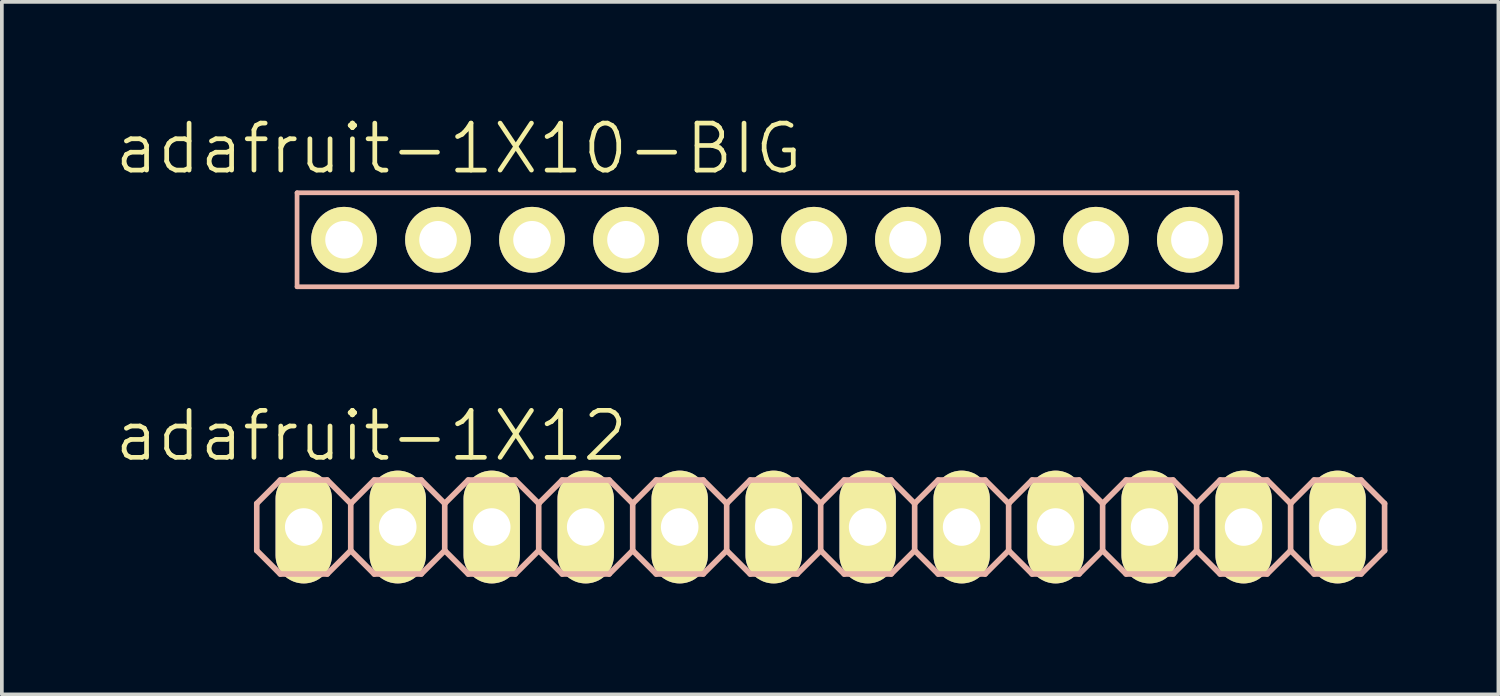
<source format=kicad_pcb>
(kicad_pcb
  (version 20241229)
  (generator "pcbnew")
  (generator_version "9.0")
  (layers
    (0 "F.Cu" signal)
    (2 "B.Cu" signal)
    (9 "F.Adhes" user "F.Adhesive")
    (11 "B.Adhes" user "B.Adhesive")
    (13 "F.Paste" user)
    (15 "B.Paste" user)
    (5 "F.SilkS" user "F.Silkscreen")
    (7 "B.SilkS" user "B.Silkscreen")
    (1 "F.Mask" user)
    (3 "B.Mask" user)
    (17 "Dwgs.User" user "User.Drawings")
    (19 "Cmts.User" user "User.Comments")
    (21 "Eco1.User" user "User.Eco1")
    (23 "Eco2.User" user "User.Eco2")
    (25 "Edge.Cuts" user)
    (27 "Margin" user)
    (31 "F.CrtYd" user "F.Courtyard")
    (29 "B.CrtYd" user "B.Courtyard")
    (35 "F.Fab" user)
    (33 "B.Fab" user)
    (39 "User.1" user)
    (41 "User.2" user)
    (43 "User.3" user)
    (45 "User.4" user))
  (footprint "adafruit-1X10-BIG"
    (layer "F.Cu")
    (at 17.678 3.43)
    (property "Reference" "adafruit-1X10-BIG" (at -8.331 -2.464 0) (layer "F.SilkS") (effects (font (size 1.27 1.27) (thickness 0.127))))
    (attr exclude_from_pos_files exclude_from_bom)
    (fp_line (start -11.684 -0.254) (end -11.176 -0.254) (stroke (width 0.066) (type solid)) (layer "F.SilkS"))
    (fp_line (start -11.684 0.254) (end -11.684 -0.254) (stroke (width 0.066) (type solid)) (layer "F.SilkS"))
    (fp_line (start -11.684 0.254) (end -11.176 0.254) (stroke (width 0.066) (type solid)) (layer "F.SilkS"))
    (fp_line (start -11.176 0.254) (end -11.176 -0.254) (stroke (width 0.066) (type solid)) (layer "F.SilkS"))
    (fp_line (start -9.144 -0.254) (end -8.636 -0.254) (stroke (width 0.066) (type solid)) (layer "F.SilkS"))
    (fp_line (start -9.144 0.254) (end -9.144 -0.254) (stroke (width 0.066) (type solid)) (layer "F.SilkS"))
    (fp_line (start -9.144 0.254) (end -8.636 0.254) (stroke (width 0.066) (type solid)) (layer "F.SilkS"))
    (fp_line (start -8.636 0.254) (end -8.636 -0.254) (stroke (width 0.066) (type solid)) (layer "F.SilkS"))
    (fp_line (start -6.604 -0.254) (end -6.096 -0.254) (stroke (width 0.066) (type solid)) (layer "F.SilkS"))
    (fp_line (start -6.604 0.254) (end -6.604 -0.254) (stroke (width 0.066) (type solid)) (layer "F.SilkS"))
    (fp_line (start -6.604 0.254) (end -6.096 0.254) (stroke (width 0.066) (type solid)) (layer "F.SilkS"))
    (fp_line (start -6.096 0.254) (end -6.096 -0.254) (stroke (width 0.066) (type solid)) (layer "F.SilkS"))
    (fp_line (start -4.064 -0.254) (end -3.556 -0.254) (stroke (width 0.066) (type solid)) (layer "F.SilkS"))
    (fp_line (start -4.064 0.254) (end -4.064 -0.254) (stroke (width 0.066) (type solid)) (layer "F.SilkS"))
    (fp_line (start -4.064 0.254) (end -3.556 0.254) (stroke (width 0.066) (type solid)) (layer "F.SilkS"))
    (fp_line (start -3.556 0.254) (end -3.556 -0.254) (stroke (width 0.066) (type solid)) (layer "F.SilkS"))
    (fp_line (start -1.524 -0.254) (end -1.016 -0.254) (stroke (width 0.066) (type solid)) (layer "F.SilkS"))
    (fp_line (start -1.524 0.254) (end -1.524 -0.254) (stroke (width 0.066) (type solid)) (layer "F.SilkS"))
    (fp_line (start -1.524 0.254) (end -1.016 0.254) (stroke (width 0.066) (type solid)) (layer "F.SilkS"))
    (fp_line (start -1.016 0.254) (end -1.016 -0.254) (stroke (width 0.066) (type solid)) (layer "F.SilkS"))
    (fp_line (start 1.016 -0.254) (end 1.524 -0.254) (stroke (width 0.066) (type solid)) (layer "F.SilkS"))
    (fp_line (start 1.016 0.254) (end 1.016 -0.254) (stroke (width 0.066) (type solid)) (layer "F.SilkS"))
    (fp_line (start 1.016 0.254) (end 1.524 0.254) (stroke (width 0.066) (type solid)) (layer "F.SilkS"))
    (fp_line (start 1.524 0.254) (end 1.524 -0.254) (stroke (width 0.066) (type solid)) (layer "F.SilkS"))
    (fp_line (start 3.556 -0.254) (end 4.064 -0.254) (stroke (width 0.066) (type solid)) (layer "F.SilkS"))
    (fp_line (start 3.556 0.254) (end 3.556 -0.254) (stroke (width 0.066) (type solid)) (layer "F.SilkS"))
    (fp_line (start 3.556 0.254) (end 4.064 0.254) (stroke (width 0.066) (type solid)) (layer "F.SilkS"))
    (fp_line (start 4.064 0.254) (end 4.064 -0.254) (stroke (width 0.066) (type solid)) (layer "F.SilkS"))
    (fp_line (start 6.096 -0.254) (end 6.604 -0.254) (stroke (width 0.066) (type solid)) (layer "F.SilkS"))
    (fp_line (start 6.096 0.254) (end 6.096 -0.254) (stroke (width 0.066) (type solid)) (layer "F.SilkS"))
    (fp_line (start 6.096 0.254) (end 6.604 0.254) (stroke (width 0.066) (type solid)) (layer "F.SilkS"))
    (fp_line (start 6.604 0.254) (end 6.604 -0.254) (stroke (width 0.066) (type solid)) (layer "F.SilkS"))
    (fp_line (start 8.636 -0.254) (end 9.144 -0.254) (stroke (width 0.066) (type solid)) (layer "F.SilkS"))
    (fp_line (start 8.636 0.254) (end 8.636 -0.254) (stroke (width 0.066) (type solid)) (layer "F.SilkS"))
    (fp_line (start 8.636 0.254) (end 9.144 0.254) (stroke (width 0.066) (type solid)) (layer "F.SilkS"))
    (fp_line (start 9.144 0.254) (end 9.144 -0.254) (stroke (width 0.066) (type solid)) (layer "F.SilkS"))
    (fp_line (start 11.176 -0.254) (end 11.684 -0.254) (stroke (width 0.066) (type solid)) (layer "F.SilkS"))
    (fp_line (start 11.176 0.254) (end 11.176 -0.254) (stroke (width 0.066) (type solid)) (layer "F.SilkS"))
    (fp_line (start 11.176 0.254) (end 11.684 0.254) (stroke (width 0.066) (type solid)) (layer "F.SilkS"))
    (fp_line (start 11.684 0.254) (end 11.684 -0.254) (stroke (width 0.066) (type solid)) (layer "F.SilkS"))
    (fp_line (start -12.7 -1.27) (end 12.7 -1.27) (stroke (width 0.127) (type solid)) (layer "B.SilkS"))
    (fp_line (start -12.7 1.27) (end -12.7 -1.27) (stroke (width 0.127) (type solid)) (layer "B.SilkS"))
    (fp_line (start 12.7 -1.27) (end 12.7 1.27) (stroke (width 0.127) (type solid)) (layer "B.SilkS"))
    (fp_line (start 12.7 1.27) (end -12.7 1.27) (stroke (width 0.127) (type solid)) (layer "B.SilkS"))
    (pad "1" thru_hole circle (at -11.43 0) (size 1.778 1.778) (drill 1.016) (layers "*.Cu" "F.Mask" "F.SilkS" "F.Paste"))
    (pad "2" thru_hole circle (at -8.89 0) (size 1.778 1.778) (drill 1.016) (layers "*.Cu" "F.Mask" "F.SilkS" "F.Paste"))
    (pad "3" thru_hole circle (at -6.35 0) (size 1.778 1.778) (drill 1.016) (layers "*.Cu" "F.Mask" "F.SilkS" "F.Paste"))
    (pad "4" thru_hole circle (at -3.81 0) (size 1.778 1.778) (drill 1.016) (layers "*.Cu" "F.Mask" "F.SilkS" "F.Paste"))
    (pad "5" thru_hole circle (at -1.27 0) (size 1.778 1.778) (drill 1.016) (layers "*.Cu" "F.Mask" "F.SilkS" "F.Paste"))
    (pad "6" thru_hole circle (at 1.27 0) (size 1.778 1.778) (drill 1.016) (layers "*.Cu" "F.Mask" "F.SilkS" "F.Paste"))
    (pad "7" thru_hole circle (at 3.81 0) (size 1.778 1.778) (drill 1.016) (layers "*.Cu" "F.Mask" "F.SilkS" "F.Paste"))
    (pad "8" thru_hole circle (at 6.35 0) (size 1.778 1.778) (drill 1.016) (layers "*.Cu" "F.Mask" "F.SilkS" "F.Paste"))
    (pad "9" thru_hole circle (at 8.89 0) (size 1.778 1.778) (drill 1.016) (layers "*.Cu" "F.Mask" "F.SilkS" "F.Paste"))
    (pad "10" thru_hole circle (at 11.43 0) (size 1.778 1.778) (drill 1.016) (layers "*.Cu" "F.Mask" "F.SilkS" "F.Paste")))
  (footprint "adafruit-1X12"
    (layer "F.Cu")
    (at 19.129 11.193)
    (property "Reference" "adafruit-1X12" (at -12.141 -2.464 0) (layer "F.SilkS") (effects (font (size 1.27 1.27) (thickness 0.127))))
    (attr exclude_from_pos_files exclude_from_bom)
    (fp_line (start -14.224 -0.254) (end -13.716 -0.254) (stroke (width 0.066) (type solid)) (layer "F.SilkS"))
    (fp_line (start -14.224 0.254) (end -14.224 -0.254) (stroke (width 0.066) (type solid)) (layer "F.SilkS"))
    (fp_line (start -14.224 0.254) (end -13.716 0.254) (stroke (width 0.066) (type solid)) (layer "F.SilkS"))
    (fp_line (start -13.716 0.254) (end -13.716 -0.254) (stroke (width 0.066) (type solid)) (layer "F.SilkS"))
    (fp_line (start -11.684 -0.254) (end -11.176 -0.254) (stroke (width 0.066) (type solid)) (layer "F.SilkS"))
    (fp_line (start -11.684 0.254) (end -11.684 -0.254) (stroke (width 0.066) (type solid)) (layer "F.SilkS"))
    (fp_line (start -11.684 0.254) (end -11.176 0.254) (stroke (width 0.066) (type solid)) (layer "F.SilkS"))
    (fp_line (start -11.176 0.254) (end -11.176 -0.254) (stroke (width 0.066) (type solid)) (layer "F.SilkS"))
    (fp_line (start -9.144 -0.254) (end -8.636 -0.254) (stroke (width 0.066) (type solid)) (layer "F.SilkS"))
    (fp_line (start -9.144 0.254) (end -9.144 -0.254) (stroke (width 0.066) (type solid)) (layer "F.SilkS"))
    (fp_line (start -9.144 0.254) (end -8.636 0.254) (stroke (width 0.066) (type solid)) (layer "F.SilkS"))
    (fp_line (start -8.636 0.254) (end -8.636 -0.254) (stroke (width 0.066) (type solid)) (layer "F.SilkS"))
    (fp_line (start -6.604 -0.254) (end -6.096 -0.254) (stroke (width 0.066) (type solid)) (layer "F.SilkS"))
    (fp_line (start -6.604 0.254) (end -6.604 -0.254) (stroke (width 0.066) (type solid)) (layer "F.SilkS"))
    (fp_line (start -6.604 0.254) (end -6.096 0.254) (stroke (width 0.066) (type solid)) (layer "F.SilkS"))
    (fp_line (start -6.096 0.254) (end -6.096 -0.254) (stroke (width 0.066) (type solid)) (layer "F.SilkS"))
    (fp_line (start -4.064 -0.254) (end -3.556 -0.254) (stroke (width 0.066) (type solid)) (layer "F.SilkS"))
    (fp_line (start -4.064 0.254) (end -4.064 -0.254) (stroke (width 0.066) (type solid)) (layer "F.SilkS"))
    (fp_line (start -4.064 0.254) (end -3.556 0.254) (stroke (width 0.066) (type solid)) (layer "F.SilkS"))
    (fp_line (start -3.556 0.254) (end -3.556 -0.254) (stroke (width 0.066) (type solid)) (layer "F.SilkS"))
    (fp_line (start -1.524 -0.254) (end -1.016 -0.254) (stroke (width 0.066) (type solid)) (layer "F.SilkS"))
    (fp_line (start -1.524 0.254) (end -1.524 -0.254) (stroke (width 0.066) (type solid)) (layer "F.SilkS"))
    (fp_line (start -1.524 0.254) (end -1.016 0.254) (stroke (width 0.066) (type solid)) (layer "F.SilkS"))
    (fp_line (start -1.016 0.254) (end -1.016 -0.254) (stroke (width 0.066) (type solid)) (layer "F.SilkS"))
    (fp_line (start 1.016 -0.254) (end 1.524 -0.254) (stroke (width 0.066) (type solid)) (layer "F.SilkS"))
    (fp_line (start 1.016 0.254) (end 1.016 -0.254) (stroke (width 0.066) (type solid)) (layer "F.SilkS"))
    (fp_line (start 1.016 0.254) (end 1.524 0.254) (stroke (width 0.066) (type solid)) (layer "F.SilkS"))
    (fp_line (start 1.524 0.254) (end 1.524 -0.254) (stroke (width 0.066) (type solid)) (layer "F.SilkS"))
    (fp_line (start 3.556 -0.254) (end 4.064 -0.254) (stroke (width 0.066) (type solid)) (layer "F.SilkS"))
    (fp_line (start 3.556 0.254) (end 3.556 -0.254) (stroke (width 0.066) (type solid)) (layer "F.SilkS"))
    (fp_line (start 3.556 0.254) (end 4.064 0.254) (stroke (width 0.066) (type solid)) (layer "F.SilkS"))
    (fp_line (start 4.064 0.254) (end 4.064 -0.254) (stroke (width 0.066) (type solid)) (layer "F.SilkS"))
    (fp_line (start 6.096 -0.254) (end 6.604 -0.254) (stroke (width 0.066) (type solid)) (layer "F.SilkS"))
    (fp_line (start 6.096 0.254) (end 6.096 -0.254) (stroke (width 0.066) (type solid)) (layer "F.SilkS"))
    (fp_line (start 6.096 0.254) (end 6.604 0.254) (stroke (width 0.066) (type solid)) (layer "F.SilkS"))
    (fp_line (start 6.604 0.254) (end 6.604 -0.254) (stroke (width 0.066) (type solid)) (layer "F.SilkS"))
    (fp_line (start 8.636 -0.254) (end 9.144 -0.254) (stroke (width 0.066) (type solid)) (layer "F.SilkS"))
    (fp_line (start 8.636 0.254) (end 8.636 -0.254) (stroke (width 0.066) (type solid)) (layer "F.SilkS"))
    (fp_line (start 8.636 0.254) (end 9.144 0.254) (stroke (width 0.066) (type solid)) (layer "F.SilkS"))
    (fp_line (start 9.144 0.254) (end 9.144 -0.254) (stroke (width 0.066) (type solid)) (layer "F.SilkS"))
    (fp_line (start 11.176 -0.254) (end 11.684 -0.254) (stroke (width 0.066) (type solid)) (layer "F.SilkS"))
    (fp_line (start 11.176 0.254) (end 11.176 -0.254) (stroke (width 0.066) (type solid)) (layer "F.SilkS"))
    (fp_line (start 11.176 0.254) (end 11.684 0.254) (stroke (width 0.066) (type solid)) (layer "F.SilkS"))
    (fp_line (start 11.684 0.254) (end 11.684 -0.254) (stroke (width 0.066) (type solid)) (layer "F.SilkS"))
    (fp_line (start 13.716 -0.254) (end 14.224 -0.254) (stroke (width 0.066) (type solid)) (layer "F.SilkS"))
    (fp_line (start 13.716 0.254) (end 13.716 -0.254) (stroke (width 0.066) (type solid)) (layer "F.SilkS"))
    (fp_line (start 13.716 0.254) (end 14.224 0.254) (stroke (width 0.066) (type solid)) (layer "F.SilkS"))
    (fp_line (start 14.224 0.254) (end 14.224 -0.254) (stroke (width 0.066) (type solid)) (layer "F.SilkS"))
    (fp_line (start -15.24 -0.635) (end -15.24 0.635) (stroke (width 0.152) (type solid)) (layer "B.SilkS"))
    (fp_line (start -15.24 0.635) (end -14.605 1.27) (stroke (width 0.152) (type solid)) (layer "B.SilkS"))
    (fp_line (start -14.605 -1.27) (end -15.24 -0.635) (stroke (width 0.152) (type solid)) (layer "B.SilkS"))
    (fp_line (start -14.605 -1.27) (end -13.335 -1.27) (stroke (width 0.152) (type solid)) (layer "B.SilkS"))
    (fp_line (start -13.335 -1.27) (end -12.7 -0.635) (stroke (width 0.152) (type solid)) (layer "B.SilkS"))
    (fp_line (start -13.335 1.27) (end -14.605 1.27) (stroke (width 0.152) (type solid)) (layer "B.SilkS"))
    (fp_line (start -12.7 -0.635) (end -12.7 0.635) (stroke (width 0.152) (type solid)) (layer "B.SilkS"))
    (fp_line (start -12.7 -0.635) (end -12.065 -1.27) (stroke (width 0.152) (type solid)) (layer "B.SilkS"))
    (fp_line (start -12.7 0.635) (end -13.335 1.27) (stroke (width 0.152) (type solid)) (layer "B.SilkS"))
    (fp_line (start -12.065 -1.27) (end -10.795 -1.27) (stroke (width 0.152) (type solid)) (layer "B.SilkS"))
    (fp_line (start -12.065 1.27) (end -12.7 0.635) (stroke (width 0.152) (type solid)) (layer "B.SilkS"))
    (fp_line (start -10.795 -1.27) (end -10.16 -0.635) (stroke (width 0.152) (type solid)) (layer "B.SilkS"))
    (fp_line (start -10.795 1.27) (end -12.065 1.27) (stroke (width 0.152) (type solid)) (layer "B.SilkS"))
    (fp_line (start -10.16 -0.635) (end -10.16 0.635) (stroke (width 0.152) (type solid)) (layer "B.SilkS"))
    (fp_line (start -10.16 -0.635) (end -9.525 -1.27) (stroke (width 0.152) (type solid)) (layer "B.SilkS"))
    (fp_line (start -10.16 0.635) (end -10.795 1.27) (stroke (width 0.152) (type solid)) (layer "B.SilkS"))
    (fp_line (start -9.525 -1.27) (end -8.255 -1.27) (stroke (width 0.152) (type solid)) (layer "B.SilkS"))
    (fp_line (start -9.525 1.27) (end -10.16 0.635) (stroke (width 0.152) (type solid)) (layer "B.SilkS"))
    (fp_line (start -8.255 -1.27) (end -7.62 -0.635) (stroke (width 0.152) (type solid)) (layer "B.SilkS"))
    (fp_line (start -8.255 1.27) (end -9.525 1.27) (stroke (width 0.152) (type solid)) (layer "B.SilkS"))
    (fp_line (start -7.62 -0.635) (end -7.62 0.635) (stroke (width 0.152) (type solid)) (layer "B.SilkS"))
    (fp_line (start -7.62 0.635) (end -8.255 1.27) (stroke (width 0.152) (type solid)) (layer "B.SilkS"))
    (fp_line (start -7.62 0.635) (end -6.985 1.27) (stroke (width 0.152) (type solid)) (layer "B.SilkS"))
    (fp_line (start -6.985 -1.27) (end -7.62 -0.635) (stroke (width 0.152) (type solid)) (layer "B.SilkS"))
    (fp_line (start -6.985 -1.27) (end -5.715 -1.27) (stroke (width 0.152) (type solid)) (layer "B.SilkS"))
    (fp_line (start -5.715 -1.27) (end -5.08 -0.635) (stroke (width 0.152) (type solid)) (layer "B.SilkS"))
    (fp_line (start -5.715 1.27) (end -6.985 1.27) (stroke (width 0.152) (type solid)) (layer "B.SilkS"))
    (fp_line (start -5.08 -0.635) (end -5.08 0.635) (stroke (width 0.152) (type solid)) (layer "B.SilkS"))
    (fp_line (start -5.08 -0.635) (end -4.445 -1.27) (stroke (width 0.152) (type solid)) (layer "B.SilkS"))
    (fp_line (start -5.08 0.635) (end -5.715 1.27) (stroke (width 0.152) (type solid)) (layer "B.SilkS"))
    (fp_line (start -4.445 -1.27) (end -3.175 -1.27) (stroke (width 0.152) (type solid)) (layer "B.SilkS"))
    (fp_line (start -4.445 1.27) (end -5.08 0.635) (stroke (width 0.152) (type solid)) (layer "B.SilkS"))
    (fp_line (start -3.175 -1.27) (end -2.54 -0.635) (stroke (width 0.152) (type solid)) (layer "B.SilkS"))
    (fp_line (start -3.175 1.27) (end -4.445 1.27) (stroke (width 0.152) (type solid)) (layer "B.SilkS"))
    (fp_line (start -2.54 -0.635) (end -2.54 0.635) (stroke (width 0.152) (type solid)) (layer "B.SilkS"))
    (fp_line (start -2.54 -0.635) (end -1.905 -1.27) (stroke (width 0.152) (type solid)) (layer "B.SilkS"))
    (fp_line (start -2.54 0.635) (end -3.175 1.27) (stroke (width 0.152) (type solid)) (layer "B.SilkS"))
    (fp_line (start -1.905 -1.27) (end -0.635 -1.27) (stroke (width 0.152) (type solid)) (layer "B.SilkS"))
    (fp_line (start -1.905 1.27) (end -2.54 0.635) (stroke (width 0.152) (type solid)) (layer "B.SilkS"))
    (fp_line (start -0.635 -1.27) (end 0 -0.635) (stroke (width 0.152) (type solid)) (layer "B.SilkS"))
    (fp_line (start -0.635 1.27) (end -1.905 1.27) (stroke (width 0.152) (type solid)) (layer "B.SilkS"))
    (fp_line (start 0 -0.635) (end 0 0.635) (stroke (width 0.152) (type solid)) (layer "B.SilkS"))
    (fp_line (start 0 0.635) (end -0.635 1.27) (stroke (width 0.152) (type solid)) (layer "B.SilkS"))
    (fp_line (start 0 0.635) (end 0.635 1.27) (stroke (width 0.152) (type solid)) (layer "B.SilkS"))
    (fp_line (start 0.635 -1.27) (end 0 -0.635) (stroke (width 0.152) (type solid)) (layer "B.SilkS"))
    (fp_line (start 0.635 -1.27) (end 1.905 -1.27) (stroke (width 0.152) (type solid)) (layer "B.SilkS"))
    (fp_line (start 1.905 -1.27) (end 2.54 -0.635) (stroke (width 0.152) (type solid)) (layer "B.SilkS"))
    (fp_line (start 1.905 1.27) (end 0.635 1.27) (stroke (width 0.152) (type solid)) (layer "B.SilkS"))
    (fp_line (start 2.54 -0.635) (end 2.54 0.635) (stroke (width 0.152) (type solid)) (layer "B.SilkS"))
    (fp_line (start 2.54 -0.635) (end 3.175 -1.27) (stroke (width 0.152) (type solid)) (layer "B.SilkS"))
    (fp_line (start 2.54 0.635) (end 1.905 1.27) (stroke (width 0.152) (type solid)) (layer "B.SilkS"))
    (fp_line (start 3.175 -1.27) (end 4.445 -1.27) (stroke (width 0.152) (type solid)) (layer "B.SilkS"))
    (fp_line (start 3.175 1.27) (end 2.54 0.635) (stroke (width 0.152) (type solid)) (layer "B.SilkS"))
    (fp_line (start 4.445 -1.27) (end 5.08 -0.635) (stroke (width 0.152) (type solid)) (layer "B.SilkS"))
    (fp_line (start 4.445 1.27) (end 3.175 1.27) (stroke (width 0.152) (type solid)) (layer "B.SilkS"))
    (fp_line (start 5.08 -0.635) (end 5.08 0.635) (stroke (width 0.152) (type solid)) (layer "B.SilkS"))
    (fp_line (start 5.08 -0.635) (end 5.715 -1.27) (stroke (width 0.152) (type solid)) (layer "B.SilkS"))
    (fp_line (start 5.08 0.635) (end 4.445 1.27) (stroke (width 0.152) (type solid)) (layer "B.SilkS"))
    (fp_line (start 5.715 -1.27) (end 6.985 -1.27) (stroke (width 0.152) (type solid)) (layer "B.SilkS"))
    (fp_line (start 5.715 1.27) (end 5.08 0.635) (stroke (width 0.152) (type solid)) (layer "B.SilkS"))
    (fp_line (start 6.985 -1.27) (end 7.62 -0.635) (stroke (width 0.152) (type solid)) (layer "B.SilkS"))
    (fp_line (start 6.985 1.27) (end 5.715 1.27) (stroke (width 0.152) (type solid)) (layer "B.SilkS"))
    (fp_line (start 7.62 -0.635) (end 7.62 0.635) (stroke (width 0.152) (type solid)) (layer "B.SilkS"))
    (fp_line (start 7.62 0.635) (end 6.985 1.27) (stroke (width 0.152) (type solid)) (layer "B.SilkS"))
    (fp_line (start 7.62 0.635) (end 8.255 1.27) (stroke (width 0.152) (type solid)) (layer "B.SilkS"))
    (fp_line (start 8.255 -1.27) (end 7.62 -0.635) (stroke (width 0.152) (type solid)) (layer "B.SilkS"))
    (fp_line (start 8.255 -1.27) (end 9.525 -1.27) (stroke (width 0.152) (type solid)) (layer "B.SilkS"))
    (fp_line (start 9.525 -1.27) (end 10.16 -0.635) (stroke (width 0.152) (type solid)) (layer "B.SilkS"))
    (fp_line (start 9.525 1.27) (end 8.255 1.27) (stroke (width 0.152) (type solid)) (layer "B.SilkS"))
    (fp_line (start 10.16 -0.635) (end 10.16 0.635) (stroke (width 0.152) (type solid)) (layer "B.SilkS"))
    (fp_line (start 10.16 -0.635) (end 10.795 -1.27) (stroke (width 0.152) (type solid)) (layer "B.SilkS"))
    (fp_line (start 10.16 0.635) (end 9.525 1.27) (stroke (width 0.152) (type solid)) (layer "B.SilkS"))
    (fp_line (start 10.795 -1.27) (end 12.065 -1.27) (stroke (width 0.152) (type solid)) (layer "B.SilkS"))
    (fp_line (start 10.795 1.27) (end 10.16 0.635) (stroke (width 0.152) (type solid)) (layer "B.SilkS"))
    (fp_line (start 12.065 -1.27) (end 12.7 -0.635) (stroke (width 0.152) (type solid)) (layer "B.SilkS"))
    (fp_line (start 12.065 1.27) (end 10.795 1.27) (stroke (width 0.152) (type solid)) (layer "B.SilkS"))
    (fp_line (start 12.7 -0.635) (end 12.7 0.635) (stroke (width 0.152) (type solid)) (layer "B.SilkS"))
    (fp_line (start 12.7 -0.635) (end 13.335 -1.27) (stroke (width 0.152) (type solid)) (layer "B.SilkS"))
    (fp_line (start 12.7 0.635) (end 12.065 1.27) (stroke (width 0.152) (type solid)) (layer "B.SilkS"))
    (fp_line (start 13.335 -1.27) (end 14.605 -1.27) (stroke (width 0.152) (type solid)) (layer "B.SilkS"))
    (fp_line (start 13.335 1.27) (end 12.7 0.635) (stroke (width 0.152) (type solid)) (layer "B.SilkS"))
    (fp_line (start 14.605 -1.27) (end 15.24 -0.635) (stroke (width 0.152) (type solid)) (layer "B.SilkS"))
    (fp_line (start 14.605 1.27) (end 13.335 1.27) (stroke (width 0.152) (type solid)) (layer "B.SilkS"))
    (fp_line (start 15.24 -0.635) (end 15.24 0.635) (stroke (width 0.152) (type solid)) (layer "B.SilkS"))
    (fp_line (start 15.24 0.635) (end 14.605 1.27) (stroke (width 0.152) (type solid)) (layer "B.SilkS"))
    (pad "1" thru_hole oval (at -13.97 0 180) (size 1.524 3.048) (drill 1.016) (layers "*.Cu" "F.Mask" "F.SilkS" "F.Paste"))
    (pad "2" thru_hole oval (at -11.43 0 180) (size 1.524 3.048) (drill 1.016) (layers "*.Cu" "F.Mask" "F.SilkS" "F.Paste"))
    (pad "3" thru_hole oval (at -8.89 0 180) (size 1.524 3.048) (drill 1.016) (layers "*.Cu" "F.Mask" "F.SilkS" "F.Paste"))
    (pad "4" thru_hole oval (at -6.35 0 180) (size 1.524 3.048) (drill 1.016) (layers "*.Cu" "F.Mask" "F.SilkS" "F.Paste"))
    (pad "5" thru_hole oval (at -3.81 0 180) (size 1.524 3.048) (drill 1.016) (layers "*.Cu" "F.Mask" "F.SilkS" "F.Paste"))
    (pad "6" thru_hole oval (at -1.27 0 180) (size 1.524 3.048) (drill 1.016) (layers "*.Cu" "F.Mask" "F.SilkS" "F.Paste"))
    (pad "7" thru_hole oval (at 1.27 0 180) (size 1.524 3.048) (drill 1.016) (layers "*.Cu" "F.Mask" "F.SilkS" "F.Paste"))
    (pad "8" thru_hole oval (at 3.81 0 180) (size 1.524 3.048) (drill 1.016) (layers "*.Cu" "F.Mask" "F.SilkS" "F.Paste"))
    (pad "9" thru_hole oval (at 6.35 0 180) (size 1.524 3.048) (drill 1.016) (layers "*.Cu" "F.Mask" "F.SilkS" "F.Paste"))
    (pad "10" thru_hole oval (at 8.89 0 180) (size 1.524 3.048) (drill 1.016) (layers "*.Cu" "F.Mask" "F.SilkS" "F.Paste"))
    (pad "11" thru_hole oval (at 11.43 0 180) (size 1.524 3.048) (drill 1.016) (layers "*.Cu" "F.Mask" "F.SilkS" "F.Paste"))
    (pad "12" thru_hole oval (at 13.97 0 180) (size 1.524 3.048) (drill 1.016) (layers "*.Cu" "F.Mask" "F.SilkS" "F.Paste")))
  (gr_rect
    (start -3 -3)
    (end 37.445 15.717)
    (stroke (width 0.1) (type default))
    (fill no)
    (layer "Edge.Cuts")))
</source>
